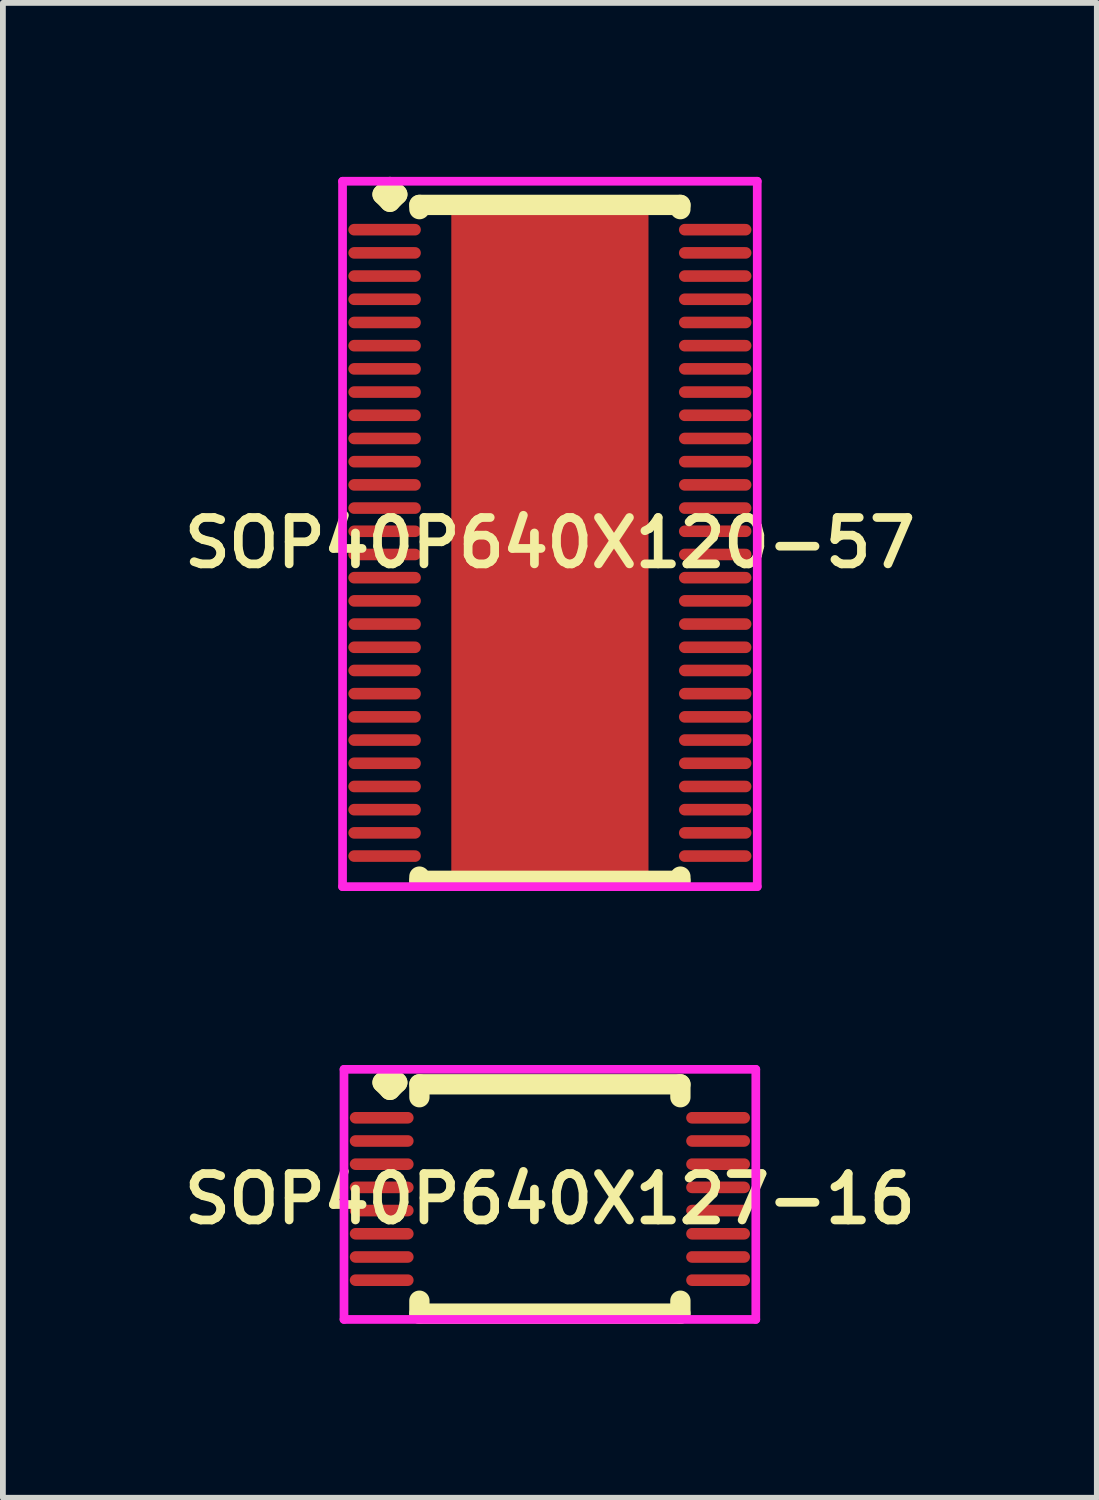
<source format=kicad_pcb>
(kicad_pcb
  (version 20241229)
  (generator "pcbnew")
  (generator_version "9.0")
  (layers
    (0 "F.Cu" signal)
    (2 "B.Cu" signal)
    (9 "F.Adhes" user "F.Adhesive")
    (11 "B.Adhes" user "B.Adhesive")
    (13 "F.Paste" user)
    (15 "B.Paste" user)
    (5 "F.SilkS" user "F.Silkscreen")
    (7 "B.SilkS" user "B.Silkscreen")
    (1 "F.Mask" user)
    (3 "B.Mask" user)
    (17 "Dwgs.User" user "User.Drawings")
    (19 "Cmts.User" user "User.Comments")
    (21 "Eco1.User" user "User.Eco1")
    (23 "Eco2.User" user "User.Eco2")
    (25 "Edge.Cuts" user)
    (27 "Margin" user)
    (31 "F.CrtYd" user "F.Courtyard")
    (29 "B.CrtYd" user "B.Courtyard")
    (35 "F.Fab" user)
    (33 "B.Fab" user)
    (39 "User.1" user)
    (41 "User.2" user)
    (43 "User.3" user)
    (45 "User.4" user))
  (footprint "SOP40P640X120-57"
    (layer "F.Cu")
    (at 6.431 6.31)
    (property "Reference" "SOP40P640X120-57" (at 0 0 0) (layer "F.SilkS") (effects (font (size 0.8 0.8) (thickness 0.15))))
    (attr smd)
    (fp_line (start -2.885 -6.008) (end -2.758 -6.135) (stroke (width 0.35) (type solid)) (layer "F.SilkS"))
    (fp_line (start -2.758 -6.135) (end -2.631 -6.008) (stroke (width 0.35) (type solid)) (layer "F.SilkS"))
    (fp_line (start -2.758 -5.881) (end -2.885 -6.008) (stroke (width 0.35) (type solid)) (layer "F.SilkS"))
    (fp_line (start -2.631 -6.008) (end -2.758 -5.881) (stroke (width 0.35) (type solid)) (layer "F.SilkS"))
    (fp_line (start -2.25 -5.827) (end 2.25 -5.827) (stroke (width 0.35) (type solid)) (layer "F.SilkS"))
    (fp_line (start -2.25 -5.754) (end -2.25 -5.827) (stroke (width 0.35) (type solid)) (layer "F.SilkS"))
    (fp_line (start -2.25 5.754) (end -2.25 5.827) (stroke (width 0.35) (type solid)) (layer "F.SilkS"))
    (fp_line (start -2.25 5.827) (end 2.25 5.827) (stroke (width 0.35) (type solid)) (layer "F.SilkS"))
    (fp_line (start 2.25 -5.827) (end 2.25 -5.754) (stroke (width 0.35) (type solid)) (layer "F.SilkS"))
    (fp_line (start 2.25 5.827) (end 2.25 5.754) (stroke (width 0.35) (type solid)) (layer "F.SilkS"))
    (fp_line (start -3.575 -6.235) (end 3.575 -6.235) (stroke (width 0.15) (type solid)) (layer "F.CrtYd"))
    (fp_line (start -3.575 5.927) (end -3.575 -6.235) (stroke (width 0.15) (type solid)) (layer "F.CrtYd"))
    (fp_line (start 3.575 -6.235) (end 3.575 5.927) (stroke (width 0.15) (type solid)) (layer "F.CrtYd"))
    (fp_line (start 3.575 5.927) (end -3.575 5.927) (stroke (width 0.15) (type solid)) (layer "F.CrtYd"))
    (pad "1" smd oval (at -2.85 -5.4) (size 1.25 0.2) (layers "F.Cu" "F.Mask" "F.Paste"))
    (pad "2" smd oval (at -2.85 -5) (size 1.25 0.2) (layers "F.Cu" "F.Mask" "F.Paste"))
    (pad "3" smd oval (at -2.85 -4.6) (size 1.25 0.2) (layers "F.Cu" "F.Mask" "F.Paste"))
    (pad "4" smd oval (at -2.85 -4.2) (size 1.25 0.2) (layers "F.Cu" "F.Mask" "F.Paste"))
    (pad "5" smd oval (at -2.85 -3.8) (size 1.25 0.2) (layers "F.Cu" "F.Mask" "F.Paste"))
    (pad "6" smd oval (at -2.85 -3.4) (size 1.25 0.2) (layers "F.Cu" "F.Mask" "F.Paste"))
    (pad "7" smd oval (at -2.85 -3) (size 1.25 0.2) (layers "F.Cu" "F.Mask" "F.Paste"))
    (pad "8" smd oval (at -2.85 -2.6) (size 1.25 0.2) (layers "F.Cu" "F.Mask" "F.Paste"))
    (pad "9" smd oval (at -2.85 -2.2) (size 1.25 0.2) (layers "F.Cu" "F.Mask" "F.Paste"))
    (pad "10" smd oval (at -2.85 -1.8) (size 1.25 0.2) (layers "F.Cu" "F.Mask" "F.Paste"))
    (pad "11" smd oval (at -2.85 -1.4) (size 1.25 0.2) (layers "F.Cu" "F.Mask" "F.Paste"))
    (pad "12" smd oval (at -2.85 -1) (size 1.25 0.2) (layers "F.Cu" "F.Mask" "F.Paste"))
    (pad "13" smd oval (at -2.85 -0.6) (size 1.25 0.2) (layers "F.Cu" "F.Mask" "F.Paste"))
    (pad "14" smd oval (at -2.85 -0.2) (size 1.25 0.2) (layers "F.Cu" "F.Mask" "F.Paste"))
    (pad "15" smd oval (at -2.85 0.2) (size 1.25 0.2) (layers "F.Cu" "F.Mask" "F.Paste"))
    (pad "16" smd oval (at -2.85 0.6) (size 1.25 0.2) (layers "F.Cu" "F.Mask" "F.Paste"))
    (pad "17" smd oval (at -2.85 1) (size 1.25 0.2) (layers "F.Cu" "F.Mask" "F.Paste"))
    (pad "18" smd oval (at -2.85 1.4) (size 1.25 0.2) (layers "F.Cu" "F.Mask" "F.Paste"))
    (pad "19" smd oval (at -2.85 1.8) (size 1.25 0.2) (layers "F.Cu" "F.Mask" "F.Paste"))
    (pad "20" smd oval (at -2.85 2.2) (size 1.25 0.2) (layers "F.Cu" "F.Mask" "F.Paste"))
    (pad "21" smd oval (at -2.85 2.6) (size 1.25 0.2) (layers "F.Cu" "F.Mask" "F.Paste"))
    (pad "22" smd oval (at -2.85 3) (size 1.25 0.2) (layers "F.Cu" "F.Mask" "F.Paste"))
    (pad "23" smd oval (at -2.85 3.4) (size 1.25 0.2) (layers "F.Cu" "F.Mask" "F.Paste"))
    (pad "24" smd oval (at -2.85 3.8) (size 1.25 0.2) (layers "F.Cu" "F.Mask" "F.Paste"))
    (pad "25" smd oval (at -2.85 4.2) (size 1.25 0.2) (layers "F.Cu" "F.Mask" "F.Paste"))
    (pad "26" smd oval (at -2.85 4.6) (size 1.25 0.2) (layers "F.Cu" "F.Mask" "F.Paste"))
    (pad "27" smd oval (at -2.85 5) (size 1.25 0.2) (layers "F.Cu" "F.Mask" "F.Paste"))
    (pad "28" smd oval (at -2.85 5.4) (size 1.25 0.2) (layers "F.Cu" "F.Mask" "F.Paste"))
    (pad "29" smd oval (at 2.85 5.4) (size 1.25 0.2) (layers "F.Cu" "F.Mask" "F.Paste"))
    (pad "30" smd oval (at 2.85 5) (size 1.25 0.2) (layers "F.Cu" "F.Mask" "F.Paste"))
    (pad "31" smd oval (at 2.85 4.6) (size 1.25 0.2) (layers "F.Cu" "F.Mask" "F.Paste"))
    (pad "32" smd oval (at 2.85 4.2) (size 1.25 0.2) (layers "F.Cu" "F.Mask" "F.Paste"))
    (pad "33" smd oval (at 2.85 3.8) (size 1.25 0.2) (layers "F.Cu" "F.Mask" "F.Paste"))
    (pad "34" smd oval (at 2.85 3.4) (size 1.25 0.2) (layers "F.Cu" "F.Mask" "F.Paste"))
    (pad "35" smd oval (at 2.85 3) (size 1.25 0.2) (layers "F.Cu" "F.Mask" "F.Paste"))
    (pad "36" smd oval (at 2.85 2.6) (size 1.25 0.2) (layers "F.Cu" "F.Mask" "F.Paste"))
    (pad "37" smd oval (at 2.85 2.2) (size 1.25 0.2) (layers "F.Cu" "F.Mask" "F.Paste"))
    (pad "38" smd oval (at 2.85 1.8) (size 1.25 0.2) (layers "F.Cu" "F.Mask" "F.Paste"))
    (pad "39" smd oval (at 2.85 1.4) (size 1.25 0.2) (layers "F.Cu" "F.Mask" "F.Paste"))
    (pad "40" smd oval (at 2.85 1) (size 1.25 0.2) (layers "F.Cu" "F.Mask" "F.Paste"))
    (pad "41" smd oval (at 2.85 0.6) (size 1.25 0.2) (layers "F.Cu" "F.Mask" "F.Paste"))
    (pad "42" smd oval (at 2.85 0.2) (size 1.25 0.2) (layers "F.Cu" "F.Mask" "F.Paste"))
    (pad "43" smd oval (at 2.85 -0.2) (size 1.25 0.2) (layers "F.Cu" "F.Mask" "F.Paste"))
    (pad "44" smd oval (at 2.85 -0.6) (size 1.25 0.2) (layers "F.Cu" "F.Mask" "F.Paste"))
    (pad "45" smd oval (at 2.85 -1) (size 1.25 0.2) (layers "F.Cu" "F.Mask" "F.Paste"))
    (pad "46" smd oval (at 2.85 -1.4) (size 1.25 0.2) (layers "F.Cu" "F.Mask" "F.Paste"))
    (pad "47" smd oval (at 2.85 -1.8) (size 1.25 0.2) (layers "F.Cu" "F.Mask" "F.Paste"))
    (pad "48" smd oval (at 2.85 -2.2) (size 1.25 0.2) (layers "F.Cu" "F.Mask" "F.Paste"))
    (pad "49" smd oval (at 2.85 -2.6) (size 1.25 0.2) (layers "F.Cu" "F.Mask" "F.Paste"))
    (pad "50" smd oval (at 2.85 -3) (size 1.25 0.2) (layers "F.Cu" "F.Mask" "F.Paste"))
    (pad "51" smd oval (at 2.85 -3.4) (size 1.25 0.2) (layers "F.Cu" "F.Mask" "F.Paste"))
    (pad "52" smd oval (at 2.85 -3.8) (size 1.25 0.2) (layers "F.Cu" "F.Mask" "F.Paste"))
    (pad "53" smd oval (at 2.85 -4.2) (size 1.25 0.2) (layers "F.Cu" "F.Mask" "F.Paste"))
    (pad "54" smd oval (at 2.85 -4.6) (size 1.25 0.2) (layers "F.Cu" "F.Mask" "F.Paste"))
    (pad "55" smd oval (at 2.85 -5) (size 1.25 0.2) (layers "F.Cu" "F.Mask" "F.Paste"))
    (pad "56" smd oval (at 2.85 -5.4) (size 1.25 0.2) (layers "F.Cu" "F.Mask" "F.Paste"))
    (pad "57" smd rect (at 0 0) (size 3.4 11.4) (layers "F.Cu" "F.Mask" "F.Paste")))
  (footprint "SOP40P640X127-16"
    (layer "F.Cu")
    (at 6.431 17.622)
    (property "Reference" "SOP40P640X127-16" (at 0 0 0) (layer "F.SilkS") (effects (font (size 0.8 0.8) (thickness 0.15))))
    (attr smd)
    (fp_line (start -2.885 -2.008) (end -2.758 -2.135) (stroke (width 0.35) (type solid)) (layer "F.SilkS"))
    (fp_line (start -2.758 -2.135) (end -2.631 -2.008) (stroke (width 0.35) (type solid)) (layer "F.SilkS"))
    (fp_line (start -2.758 -1.881) (end -2.885 -2.008) (stroke (width 0.35) (type solid)) (layer "F.SilkS"))
    (fp_line (start -2.631 -2.008) (end -2.758 -1.881) (stroke (width 0.35) (type solid)) (layer "F.SilkS"))
    (fp_line (start -2.25 -1.977) (end 2.25 -1.977) (stroke (width 0.35) (type solid)) (layer "F.SilkS"))
    (fp_line (start -2.25 -1.754) (end -2.25 -1.977) (stroke (width 0.35) (type solid)) (layer "F.SilkS"))
    (fp_line (start -2.25 1.754) (end -2.25 1.977) (stroke (width 0.35) (type solid)) (layer "F.SilkS"))
    (fp_line (start -2.25 1.977) (end 2.25 1.977) (stroke (width 0.35) (type solid)) (layer "F.SilkS"))
    (fp_line (start 2.25 -1.977) (end 2.25 -1.754) (stroke (width 0.35) (type solid)) (layer "F.SilkS"))
    (fp_line (start 2.25 1.977) (end 2.25 1.754) (stroke (width 0.35) (type solid)) (layer "F.SilkS"))
    (fp_line (start -3.55 -2.235) (end 3.55 -2.235) (stroke (width 0.15) (type solid)) (layer "F.CrtYd"))
    (fp_line (start -3.55 2.077) (end -3.55 -2.235) (stroke (width 0.15) (type solid)) (layer "F.CrtYd"))
    (fp_line (start 3.55 -2.235) (end 3.55 2.077) (stroke (width 0.15) (type solid)) (layer "F.CrtYd"))
    (fp_line (start 3.55 2.077) (end -3.55 2.077) (stroke (width 0.15) (type solid)) (layer "F.CrtYd"))
    (pad "1" smd oval (at -2.9 -1.4) (size 1.1 0.2) (layers "F.Cu" "F.Mask" "F.Paste"))
    (pad "2" smd oval (at -2.9 -1) (size 1.1 0.2) (layers "F.Cu" "F.Mask" "F.Paste"))
    (pad "3" smd oval (at -2.9 -0.6) (size 1.1 0.2) (layers "F.Cu" "F.Mask" "F.Paste"))
    (pad "4" smd oval (at -2.9 -0.2) (size 1.1 0.2) (layers "F.Cu" "F.Mask" "F.Paste"))
    (pad "5" smd oval (at -2.9 0.2) (size 1.1 0.2) (layers "F.Cu" "F.Mask" "F.Paste"))
    (pad "6" smd oval (at -2.9 0.6) (size 1.1 0.2) (layers "F.Cu" "F.Mask" "F.Paste"))
    (pad "7" smd oval (at -2.9 1) (size 1.1 0.2) (layers "F.Cu" "F.Mask" "F.Paste"))
    (pad "8" smd oval (at -2.9 1.4) (size 1.1 0.2) (layers "F.Cu" "F.Mask" "F.Paste"))
    (pad "9" smd oval (at 2.9 1.4) (size 1.1 0.2) (layers "F.Cu" "F.Mask" "F.Paste"))
    (pad "10" smd oval (at 2.9 1) (size 1.1 0.2) (layers "F.Cu" "F.Mask" "F.Paste"))
    (pad "11" smd oval (at 2.9 0.6) (size 1.1 0.2) (layers "F.Cu" "F.Mask" "F.Paste"))
    (pad "12" smd oval (at 2.9 0.2) (size 1.1 0.2) (layers "F.Cu" "F.Mask" "F.Paste"))
    (pad "13" smd oval (at 2.9 -0.2) (size 1.1 0.2) (layers "F.Cu" "F.Mask" "F.Paste"))
    (pad "14" smd oval (at 2.9 -0.6) (size 1.1 0.2) (layers "F.Cu" "F.Mask" "F.Paste"))
    (pad "15" smd oval (at 2.9 -1) (size 1.1 0.2) (layers "F.Cu" "F.Mask" "F.Paste"))
    (pad "16" smd oval (at 2.9 -1.4) (size 1.1 0.2) (layers "F.Cu" "F.Mask" "F.Paste")))
  (gr_rect
    (start -3 -3)
    (end 15.861 22.774)
    (stroke (width 0.1) (type default))
    (fill no)
    (layer "Edge.Cuts")))
</source>
